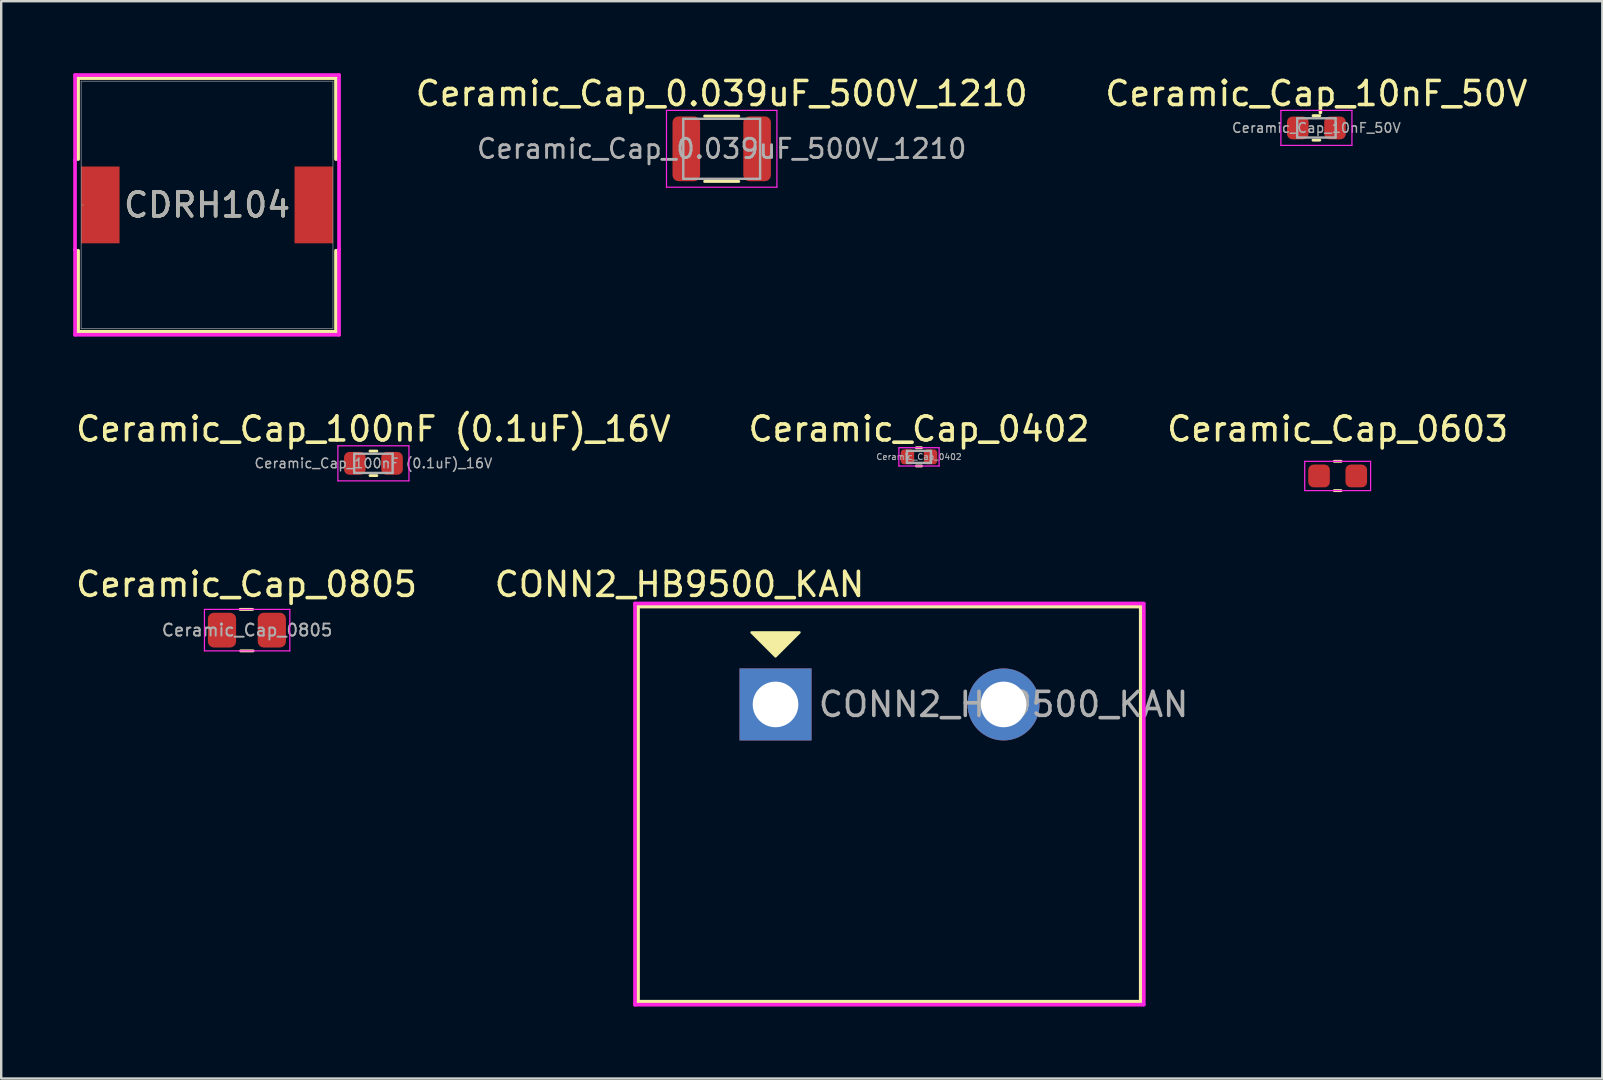
<source format=kicad_pcb>
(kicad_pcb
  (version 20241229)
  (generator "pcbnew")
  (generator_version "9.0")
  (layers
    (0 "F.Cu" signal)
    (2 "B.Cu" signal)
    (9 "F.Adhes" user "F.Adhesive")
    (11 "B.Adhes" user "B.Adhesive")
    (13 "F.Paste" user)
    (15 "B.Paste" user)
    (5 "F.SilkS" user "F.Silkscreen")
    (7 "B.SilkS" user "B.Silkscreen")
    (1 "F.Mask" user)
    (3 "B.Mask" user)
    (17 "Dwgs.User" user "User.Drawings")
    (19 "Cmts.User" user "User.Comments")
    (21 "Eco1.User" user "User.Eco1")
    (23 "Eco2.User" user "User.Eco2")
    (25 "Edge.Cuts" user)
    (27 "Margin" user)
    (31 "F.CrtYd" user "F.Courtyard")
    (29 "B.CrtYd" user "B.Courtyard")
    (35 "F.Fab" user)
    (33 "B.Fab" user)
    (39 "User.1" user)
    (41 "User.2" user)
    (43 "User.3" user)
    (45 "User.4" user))
  (footprint "Ceramic_Cap_10nF_50V"
    (layer "F.Cu")
    (at 51.788 2.278)
    (property "Reference" "Ceramic_Cap_10nF_50V" (at 0 -1.43 0) (layer "F.SilkS") (effects (font (size 1 1) (thickness 0.15))))
    (attr smd)
    (fp_line (start -0.141 -0.51) (end 0.141 -0.51) (stroke (width 0.12) (type solid)) (layer "F.SilkS"))
    (fp_line (start -0.141 0.51) (end 0.141 0.51) (stroke (width 0.12) (type solid)) (layer "F.SilkS"))
    (fp_line (start -1.48 -0.73) (end 1.48 -0.73) (stroke (width 0.05) (type solid)) (layer "F.CrtYd"))
    (fp_line (start -1.48 0.73) (end -1.48 -0.73) (stroke (width 0.05) (type solid)) (layer "F.CrtYd"))
    (fp_line (start 1.48 -0.73) (end 1.48 0.73) (stroke (width 0.05) (type solid)) (layer "F.CrtYd"))
    (fp_line (start 1.48 0.73) (end -1.48 0.73) (stroke (width 0.05) (type solid)) (layer "F.CrtYd"))
    (fp_line (start -0.8 -0.4) (end 0.8 -0.4) (stroke (width 0.1) (type solid)) (layer "F.Fab"))
    (fp_line (start -0.8 0.4) (end -0.8 -0.4) (stroke (width 0.1) (type solid)) (layer "F.Fab"))
    (fp_line (start 0.8 -0.4) (end 0.8 0.4) (stroke (width 0.1) (type solid)) (layer "F.Fab"))
    (fp_line (start 0.8 0.4) (end -0.8 0.4) (stroke (width 0.1) (type solid)) (layer "F.Fab"))
    (fp_text user "${REFERENCE}" (at 0 0 0) (layer "F.Fab") (effects (font (size 0.4 0.4) (thickness 0.06))))
    (pad "1" smd roundrect (at -0.775 0) (size 0.9 0.95) (layers "F.Cu" "F.Mask" "F.Paste") (roundrect_rratio 0.25))
    (pad "2" smd roundrect (at 0.775 0) (size 0.9 0.95) (layers "F.Cu" "F.Mask" "F.Paste") (roundrect_rratio 0.25)))
  (footprint "CDRH104"
    (layer "F.Cu")
    (at 5.575 5.486)
    (property "Reference" "CDRH104" (at 0 0 0) (unlocked yes) (layer "F.SilkS") (effects (font (size 1 1) (thickness 0.15))))
    (attr smd)
    (fp_line (start -5.372 -5.283) (end -5.372 -1.908) (stroke (width 0.152) (type solid)) (layer "F.SilkS"))
    (fp_line (start -5.372 1.908) (end -5.372 5.283) (stroke (width 0.152) (type solid)) (layer "F.SilkS"))
    (fp_line (start -5.372 5.283) (end 5.372 5.283) (stroke (width 0.152) (type solid)) (layer "F.SilkS"))
    (fp_line (start 5.372 -5.283) (end -5.372 -5.283) (stroke (width 0.152) (type solid)) (layer "F.SilkS"))
    (fp_line (start 5.372 -1.908) (end 5.372 -5.283) (stroke (width 0.152) (type solid)) (layer "F.SilkS"))
    (fp_line (start 5.372 5.283) (end 5.372 1.908) (stroke (width 0.152) (type solid)) (layer "F.SilkS"))
    (fp_line (start -5.499 -5.41) (end 5.499 -5.41) (stroke (width 0.152) (type solid)) (layer "F.CrtYd"))
    (fp_line (start -5.499 -1.854) (end -5.499 -5.41) (stroke (width 0.152) (type solid)) (layer "F.CrtYd"))
    (fp_line (start -5.499 -1.854) (end -5.499 -1.854) (stroke (width 0.152) (type solid)) (layer "F.CrtYd"))
    (fp_line (start -5.499 1.854) (end -5.499 -1.854) (stroke (width 0.152) (type solid)) (layer "F.CrtYd"))
    (fp_line (start -5.499 1.854) (end -5.499 1.854) (stroke (width 0.152) (type solid)) (layer "F.CrtYd"))
    (fp_line (start -5.499 5.41) (end -5.499 1.854) (stroke (width 0.152) (type solid)) (layer "F.CrtYd"))
    (fp_line (start 5.499 -5.41) (end 5.499 -1.854) (stroke (width 0.152) (type solid)) (layer "F.CrtYd"))
    (fp_line (start 5.499 -1.854) (end 5.499 -1.854) (stroke (width 0.152) (type solid)) (layer "F.CrtYd"))
    (fp_line (start 5.499 -1.854) (end 5.499 1.854) (stroke (width 0.152) (type solid)) (layer "F.CrtYd"))
    (fp_line (start 5.499 1.854) (end 5.499 1.854) (stroke (width 0.152) (type solid)) (layer "F.CrtYd"))
    (fp_line (start 5.499 1.854) (end 5.499 5.41) (stroke (width 0.152) (type solid)) (layer "F.CrtYd"))
    (fp_line (start 5.499 5.41) (end -5.499 5.41) (stroke (width 0.152) (type solid)) (layer "F.CrtYd"))
    (fp_line (start -5.245 -5.156) (end -5.245 5.156) (stroke (width 0.025) (type solid)) (layer "F.Fab"))
    (fp_line (start -5.245 5.156) (end 5.245 5.156) (stroke (width 0.025) (type solid)) (layer "F.Fab"))
    (fp_line (start 5.245 -5.156) (end -5.245 -5.156) (stroke (width 0.025) (type solid)) (layer "F.Fab"))
    (fp_line (start 5.245 5.156) (end 5.245 -5.156) (stroke (width 0.025) (type solid)) (layer "F.Fab"))
    (fp_circle (center -5.169 0) (end -5.169 0) (stroke (width 0.025) (type solid)) (fill no) (layer "F.Fab"))
    (fp_text user "${REFERENCE}" (at 0 0 0) (unlocked yes) (layer "F.Fab") (effects (font (size 1 1) (thickness 0.15))))
    (pad "1" smd rect (at -4.445 0) (size 1.6 3.2) (layers "F.Cu" "F.Mask" "F.Paste"))
    (pad "2" smd rect (at 4.445 0) (size 1.6 3.2) (layers "F.Cu" "F.Mask" "F.Paste"))
    (zone (net_name "") (layer "F.Cu") (hatch full 0.508) (connect_pads) (min_thickness 0.254) (filled_areas_thickness no) (keepout (tracks not_allowed) (vias not_allowed) (pads allowed) (copperpour not_allowed) (footprints allowed)) (placement (enabled no)) (fill) (polygon (pts (xy 1.981 0.381) (xy 9.169 0.381) (xy 9.169 10.592) (xy 1.981 10.592)))))
  (footprint "Ceramic_Cap_100nF (0.1uF)_16V"
    (layer "F.Cu")
    (at 12.506 16.251)
    (property "Reference" "Ceramic_Cap_100nF (0.1uF)_16V" (at 0 -1.43 0) (layer "F.SilkS") (effects (font (size 1 1) (thickness 0.15))))
    (attr smd)
    (fp_line (start -0.141 -0.51) (end 0.141 -0.51) (stroke (width 0.12) (type solid)) (layer "F.SilkS"))
    (fp_line (start -0.141 0.51) (end 0.141 0.51) (stroke (width 0.12) (type solid)) (layer "F.SilkS"))
    (fp_line (start -1.48 -0.73) (end 1.48 -0.73) (stroke (width 0.05) (type solid)) (layer "F.CrtYd"))
    (fp_line (start -1.48 0.73) (end -1.48 -0.73) (stroke (width 0.05) (type solid)) (layer "F.CrtYd"))
    (fp_line (start 1.48 -0.73) (end 1.48 0.73) (stroke (width 0.05) (type solid)) (layer "F.CrtYd"))
    (fp_line (start 1.48 0.73) (end -1.48 0.73) (stroke (width 0.05) (type solid)) (layer "F.CrtYd"))
    (fp_line (start -0.8 -0.4) (end 0.8 -0.4) (stroke (width 0.1) (type solid)) (layer "F.Fab"))
    (fp_line (start -0.8 0.4) (end -0.8 -0.4) (stroke (width 0.1) (type solid)) (layer "F.Fab"))
    (fp_line (start 0.8 -0.4) (end 0.8 0.4) (stroke (width 0.1) (type solid)) (layer "F.Fab"))
    (fp_line (start 0.8 0.4) (end -0.8 0.4) (stroke (width 0.1) (type solid)) (layer "F.Fab"))
    (fp_text user "${REFERENCE}" (at 0 0 0) (layer "F.Fab") (effects (font (size 0.4 0.4) (thickness 0.06))))
    (pad "1" smd roundrect (at -0.775 0) (size 0.9 0.95) (layers "F.Cu" "F.Mask" "F.Paste") (roundrect_rratio 0.25))
    (pad "2" smd roundrect (at 0.775 0) (size 0.9 0.95) (layers "F.Cu" "F.Mask" "F.Paste") (roundrect_rratio 0.25)))
  (footprint "Ceramic_Cap_0.039uF_500V_1210"
    (layer "F.Cu")
    (at 27.014 3.148)
    (property "Reference" "Ceramic_Cap_0.039uF_500V_1210" (at 0 -2.3 0) (layer "F.SilkS") (effects (font (size 1 1) (thickness 0.15))))
    (attr smd)
    (fp_line (start -0.711 -1.36) (end 0.711 -1.36) (stroke (width 0.12) (type solid)) (layer "F.SilkS"))
    (fp_line (start -0.711 1.36) (end 0.711 1.36) (stroke (width 0.12) (type solid)) (layer "F.SilkS"))
    (fp_line (start -2.3 -1.6) (end 2.3 -1.6) (stroke (width 0.05) (type solid)) (layer "F.CrtYd"))
    (fp_line (start -2.3 1.6) (end -2.3 -1.6) (stroke (width 0.05) (type solid)) (layer "F.CrtYd"))
    (fp_line (start 2.3 -1.6) (end 2.3 1.6) (stroke (width 0.05) (type solid)) (layer "F.CrtYd"))
    (fp_line (start 2.3 1.6) (end -2.3 1.6) (stroke (width 0.05) (type solid)) (layer "F.CrtYd"))
    (fp_line (start -1.6 -1.25) (end 1.6 -1.25) (stroke (width 0.1) (type solid)) (layer "F.Fab"))
    (fp_line (start -1.6 1.25) (end -1.6 -1.25) (stroke (width 0.1) (type solid)) (layer "F.Fab"))
    (fp_line (start 1.6 -1.25) (end 1.6 1.25) (stroke (width 0.1) (type solid)) (layer "F.Fab"))
    (fp_line (start 1.6 1.25) (end -1.6 1.25) (stroke (width 0.1) (type solid)) (layer "F.Fab"))
    (fp_text user "${REFERENCE}" (at 0 0 0) (layer "F.Fab") (effects (font (size 0.8 0.8) (thickness 0.12))))
    (pad "1" smd roundrect (at -1.475 0) (size 1.15 2.7) (layers "F.Cu" "F.Mask" "F.Paste") (roundrect_rratio 0.217))
    (pad "2" smd roundrect (at 1.475 0) (size 1.15 2.7) (layers "F.Cu" "F.Mask" "F.Paste") (roundrect_rratio 0.217)))
  (footprint "Ceramic_Cap_0603"
    (layer "F.Cu")
    (at 52.673 16.777)
    (property "Reference" "Ceramic_Cap_0603" (at 0 -1.956 0) (layer "F.SilkS") (effects (font (size 1 1) (thickness 0.15))))
    (attr smd)
    (fp_line (start -0.141 -0.61) (end 0.141 -0.61) (stroke (width 0.12) (type solid)) (layer "F.SilkS"))
    (fp_line (start -0.141 0.61) (end 0.141 0.61) (stroke (width 0.12) (type solid)) (layer "F.SilkS"))
    (fp_line (start -1.372 -0.61) (end 1.372 -0.61) (stroke (width 0.05) (type solid)) (layer "F.CrtYd"))
    (fp_line (start -1.372 0.61) (end -1.372 -0.61) (stroke (width 0.05) (type solid)) (layer "F.CrtYd"))
    (fp_line (start 1.372 -0.61) (end 1.372 0.61) (stroke (width 0.05) (type solid)) (layer "F.CrtYd"))
    (fp_line (start 1.372 0.609) (end -1.372 0.609) (stroke (width 0.05) (type solid)) (layer "F.CrtYd"))
    (pad "1" smd roundrect (at -0.775 0) (size 0.9 0.95) (layers "F.Cu" "F.Mask" "F.Paste") (roundrect_rratio 0.25))
    (pad "2" smd roundrect (at 0.775 0) (size 0.9 0.95) (layers "F.Cu" "F.Mask" "F.Paste") (roundrect_rratio 0.25)))
  (footprint "Ceramic_Cap_0402"
    (layer "F.Cu")
    (at 35.232 15.981)
    (property "Reference" "Ceramic_Cap_0402" (at 0 -1.16 0) (layer "F.SilkS") (effects (font (size 1 1) (thickness 0.15))))
    (attr smd)
    (fp_line (start -0.108 -0.38) (end 0.108 -0.38) (stroke (width 0.12) (type solid)) (layer "F.SilkS"))
    (fp_line (start -0.108 0.38) (end 0.108 0.38) (stroke (width 0.12) (type solid)) (layer "F.SilkS"))
    (fp_line (start -0.838 -0.381) (end 0.838 -0.381) (stroke (width 0.05) (type solid)) (layer "F.CrtYd"))
    (fp_line (start -0.838 0.381) (end -0.838 -0.381) (stroke (width 0.05) (type solid)) (layer "F.CrtYd"))
    (fp_line (start 0.838 -0.381) (end 0.838 0.381) (stroke (width 0.05) (type solid)) (layer "F.CrtYd"))
    (fp_line (start 0.838 0.381) (end -0.838 0.381) (stroke (width 0.05) (type solid)) (layer "F.CrtYd"))
    (fp_line (start -0.5 -0.25) (end 0.5 -0.25) (stroke (width 0.1) (type solid)) (layer "F.Fab"))
    (fp_line (start -0.5 0.25) (end -0.5 -0.25) (stroke (width 0.1) (type solid)) (layer "F.Fab"))
    (fp_line (start 0.5 -0.25) (end 0.5 0.25) (stroke (width 0.1) (type solid)) (layer "F.Fab"))
    (fp_line (start 0.5 0.25) (end -0.5 0.25) (stroke (width 0.1) (type solid)) (layer "F.Fab"))
    (fp_text user "${REFERENCE}" (at 0 0 0) (layer "F.Fab") (effects (font (size 0.25 0.25) (thickness 0.04))))
    (pad "1" smd roundrect (at -0.48 0) (size 0.56 0.62) (layers "F.Cu" "F.Mask" "F.Paste") (roundrect_rratio 0.25))
    (pad "2" smd roundrect (at 0.48 0) (size 0.56 0.62) (layers "F.Cu" "F.Mask" "F.Paste") (roundrect_rratio 0.25)))
  (footprint "Ceramic_Cap_0805"
    (layer "F.Cu")
    (at 7.22 23.25)
    (property "Reference" "Ceramic_Cap_0805" (at 0 -1.956 0) (layer "F.SilkS") (effects (font (size 1 1) (thickness 0.15))))
    (attr smd)
    (fp_line (start -0.269 -0.914) (end 0.254 -0.914) (stroke (width 0.12) (type solid)) (layer "F.SilkS"))
    (fp_line (start -0.245 0.813) (end 0.277 0.813) (stroke (width 0.12) (type solid)) (layer "F.SilkS"))
    (fp_line (start -1.753 -0.914) (end 1.803 -0.914) (stroke (width 0.05) (type solid)) (layer "F.CrtYd"))
    (fp_line (start -1.753 0.813) (end -1.753 -0.914) (stroke (width 0.05) (type solid)) (layer "F.CrtYd"))
    (fp_line (start 1.803 -0.914) (end 1.803 0.813) (stroke (width 0.05) (type solid)) (layer "F.CrtYd"))
    (fp_line (start 1.803 0.813) (end -1.753 0.813) (stroke (width 0.05) (type solid)) (layer "F.CrtYd"))
    (fp_text user "${REFERENCE}" (at 0.025 -0.051 0) (layer "F.Fab") (effects (font (size 0.5 0.5) (thickness 0.08))))
    (pad "1" smd roundrect (at -1.022 -0.051) (size 1.175 1.45) (layers "F.Cu" "F.Mask" "F.Paste") (roundrect_rratio 0.213))
    (pad "2" smd roundrect (at 1.054 -0.051) (size 1.175 1.45) (layers "F.Cu" "F.Mask" "F.Paste") (roundrect_rratio 0.213)))
  (footprint "CONN2_HB9500_KAN"
    (layer "F.Cu")
    (at 29.256 26.295)
    (property "Reference" "CONN2_HB9500_KAN" (at -4 -5 0) (unlocked yes) (layer "F.SilkS") (effects (font (size 1 1) (thickness 0.15))))
    (attr through_hole)
    (fp_line (start -5.727 -4.077) (end -5.727 12.382) (stroke (width 0.152) (type solid)) (layer "F.SilkS"))
    (fp_line (start -5.727 12.382) (end 15.215 12.382) (stroke (width 0.152) (type solid)) (layer "F.SilkS"))
    (fp_line (start 15.214 12.382) (end 15.214 -4.077) (stroke (width 0.152) (type solid)) (layer "F.SilkS"))
    (fp_line (start 15.215 -4.077) (end -5.727 -4.077) (stroke (width 0.152) (type solid)) (layer "F.SilkS"))
    (fp_poly (pts (xy 1 -3) (xy 0 -2) (xy -1 -3)) (stroke (width 0.1) (type solid)) (fill yes) (layer "F.SilkS"))
    (fp_line (start -5.854 -4.204) (end -5.854 12.509) (stroke (width 0.152) (type solid)) (layer "F.CrtYd"))
    (fp_line (start -5.854 12.509) (end 15.342 12.509) (stroke (width 0.152) (type solid)) (layer "F.CrtYd"))
    (fp_line (start 15.342 -4.204) (end -5.854 -4.204) (stroke (width 0.152) (type solid)) (layer "F.CrtYd"))
    (fp_line (start 15.342 12.497) (end 15.342 -4.191) (stroke (width 0.152) (type solid)) (layer "F.CrtYd"))
    (fp_text user "${REFERENCE}" (at 9.5 0 0) (unlocked yes) (layer "F.Fab") (effects (font (size 1 1) (thickness 0.15))))
    (pad "1" thru_hole rect (at 0 0) (size 3 3) (drill 1.9) (layers "*.Cu" "*.Mask"))
    (pad "2" thru_hole circle (at 9.5 0) (size 3 3) (drill 1.9) (layers "*.Cu" "*.Mask")))
  (gr_rect
    (start -3 -3)
    (end 63.698 41.88)
    (stroke (width 0.1) (type default))
    (fill no)
    (layer "Edge.Cuts")))
</source>
